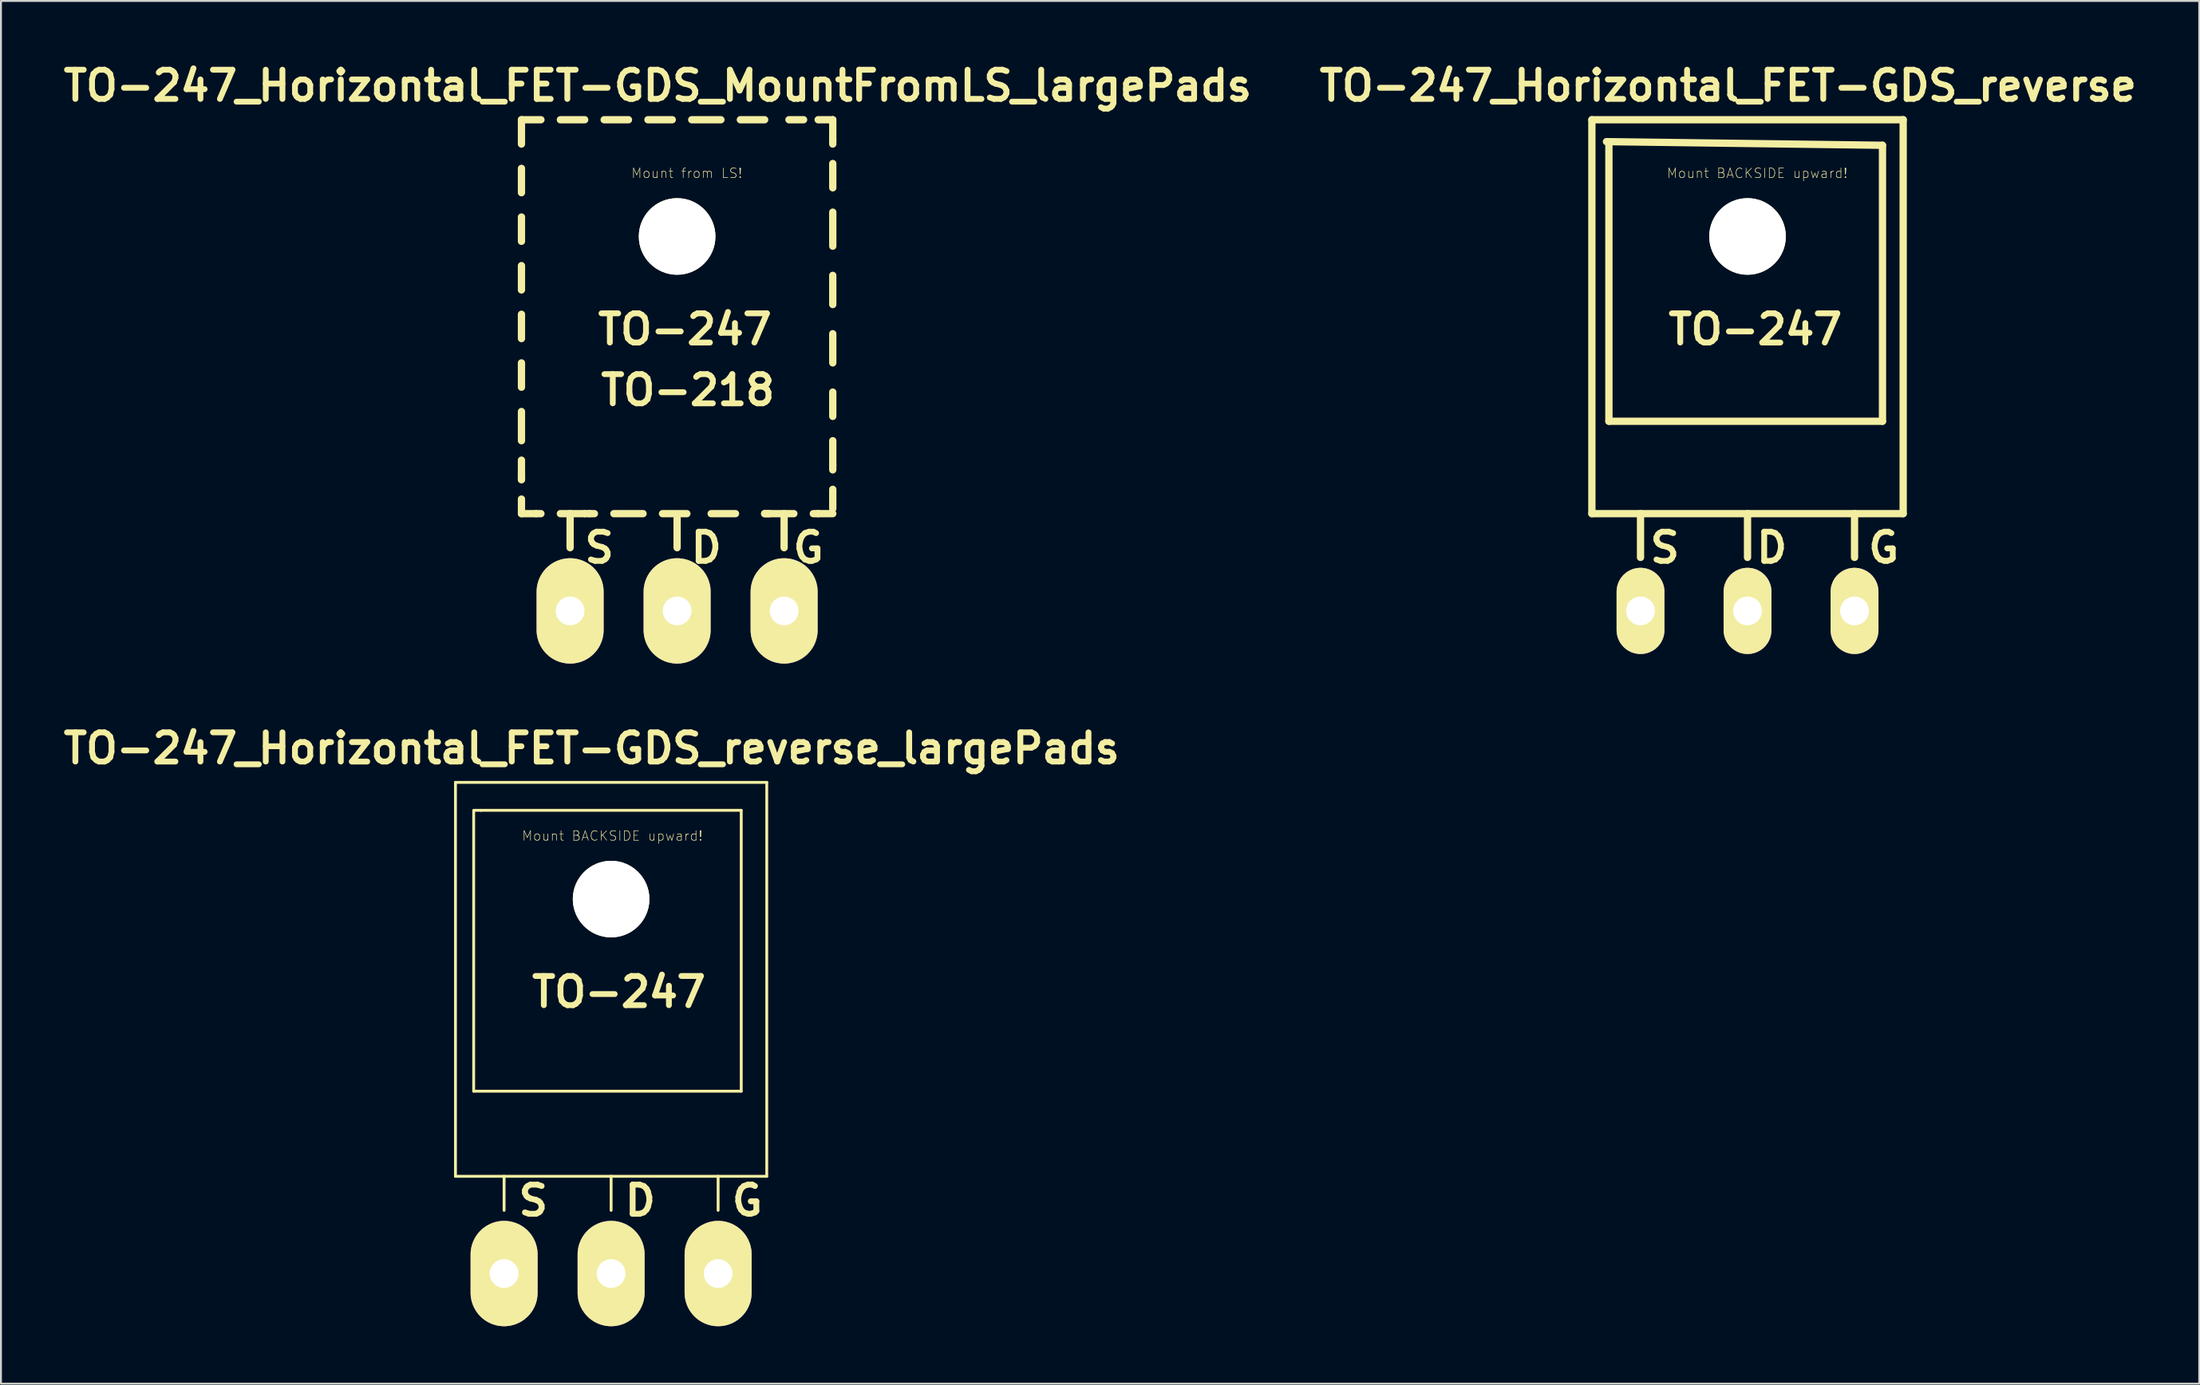
<source format=kicad_pcb>
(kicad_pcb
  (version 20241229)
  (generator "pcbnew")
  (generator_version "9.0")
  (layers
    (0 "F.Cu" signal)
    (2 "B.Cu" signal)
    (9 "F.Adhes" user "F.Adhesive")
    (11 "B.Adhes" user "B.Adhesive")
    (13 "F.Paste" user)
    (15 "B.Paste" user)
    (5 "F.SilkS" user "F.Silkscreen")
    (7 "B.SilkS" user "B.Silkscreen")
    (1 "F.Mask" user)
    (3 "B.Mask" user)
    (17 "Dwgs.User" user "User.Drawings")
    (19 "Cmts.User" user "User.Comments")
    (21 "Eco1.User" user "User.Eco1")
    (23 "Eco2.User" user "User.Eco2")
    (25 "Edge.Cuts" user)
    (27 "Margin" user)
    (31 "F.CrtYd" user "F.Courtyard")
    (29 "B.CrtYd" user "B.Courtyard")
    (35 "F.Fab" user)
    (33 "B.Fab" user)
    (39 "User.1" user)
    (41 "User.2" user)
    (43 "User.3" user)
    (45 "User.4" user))
  (footprint "TO-247_Horizontal_FET-GDS_MountFromLS_largePads"
    (layer "F.Cu")
    (at 32.309 28.858)
    (property "Reference" "TO-247_Horizontal_FET-GDS_MountFromLS_largePads" (at -1.016 -27.432 0) (layer "F.SilkS") (effects (font (size 1.524 1.524) (thickness 0.305))))
    (attr through_hole)
    (fp_line (start -8.128 -25.654) (end -8.128 -24.384) (stroke (width 0.381) (type solid)) (layer "F.SilkS"))
    (fp_line (start -8.128 -25.654) (end -7.112 -25.654) (stroke (width 0.381) (type solid)) (layer "F.SilkS"))
    (fp_line (start -8.128 -23.114) (end -8.128 -21.844) (stroke (width 0.381) (type solid)) (layer "F.SilkS"))
    (fp_line (start -8.128 -20.574) (end -8.128 -19.304) (stroke (width 0.381) (type solid)) (layer "F.SilkS"))
    (fp_line (start -8.128 -18.034) (end -8.128 -16.764) (stroke (width 0.381) (type solid)) (layer "F.SilkS"))
    (fp_line (start -8.128 -15.494) (end -8.128 -14.224) (stroke (width 0.381) (type solid)) (layer "F.SilkS"))
    (fp_line (start -8.128 -12.954) (end -8.128 -11.684) (stroke (width 0.381) (type solid)) (layer "F.SilkS"))
    (fp_line (start -8.128 -10.414) (end -8.128 -9.144) (stroke (width 0.381) (type solid)) (layer "F.SilkS"))
    (fp_line (start -8.128 -9.144) (end -8.128 -8.89) (stroke (width 0.381) (type solid)) (layer "F.SilkS"))
    (fp_line (start -8.128 -7.874) (end -8.128 -6.858) (stroke (width 0.381) (type solid)) (layer "F.SilkS"))
    (fp_line (start -8.128 -6.858) (end -8.128 -7.112) (stroke (width 0.381) (type solid)) (layer "F.SilkS"))
    (fp_line (start -8.128 -5.842) (end -8.128 -5.08) (stroke (width 0.381) (type solid)) (layer "F.SilkS"))
    (fp_line (start -8.128 -5.08) (end -7.366 -5.08) (stroke (width 0.381) (type solid)) (layer "F.SilkS"))
    (fp_line (start -7.366 -5.08) (end -7.112 -5.08) (stroke (width 0.381) (type solid)) (layer "F.SilkS"))
    (fp_line (start -6.096 -25.654) (end -4.826 -25.654) (stroke (width 0.381) (type solid)) (layer "F.SilkS"))
    (fp_line (start -6.096 -5.08) (end -4.826 -5.08) (stroke (width 0.381) (type solid)) (layer "F.SilkS"))
    (fp_line (start -5.588 -3.302) (end -5.588 -5.08) (stroke (width 0.381) (type solid)) (layer "F.SilkS"))
    (fp_line (start -4.826 -5.08) (end -4.572 -5.08) (stroke (width 0.381) (type solid)) (layer "F.SilkS"))
    (fp_line (start -4.572 -5.08) (end -4.318 -5.08) (stroke (width 0.381) (type solid)) (layer "F.SilkS"))
    (fp_line (start -3.81 -25.654) (end -2.54 -25.654) (stroke (width 0.381) (type solid)) (layer "F.SilkS"))
    (fp_line (start -3.302 -5.08) (end -1.778 -5.08) (stroke (width 0.381) (type solid)) (layer "F.SilkS"))
    (fp_line (start -1.524 -25.654) (end -0.254 -25.654) (stroke (width 0.381) (type solid)) (layer "F.SilkS"))
    (fp_line (start -0.762 -5.08) (end 0.508 -5.08) (stroke (width 0.381) (type solid)) (layer "F.SilkS"))
    (fp_line (start 0 -3.302) (end 0 -4.826) (stroke (width 0.381) (type solid)) (layer "F.SilkS"))
    (fp_line (start 0.762 -25.654) (end 2.286 -25.654) (stroke (width 0.381) (type solid)) (layer "F.SilkS"))
    (fp_line (start 1.778 -5.08) (end 3.048 -5.08) (stroke (width 0.381) (type solid)) (layer "F.SilkS"))
    (fp_line (start 3.302 -25.654) (end 4.572 -25.654) (stroke (width 0.381) (type solid)) (layer "F.SilkS"))
    (fp_line (start 4.572 -5.08) (end 4.826 -5.08) (stroke (width 0.381) (type solid)) (layer "F.SilkS"))
    (fp_line (start 5.588 -3.302) (end 5.588 -5.08) (stroke (width 0.381) (type solid)) (layer "F.SilkS"))
    (fp_line (start 5.842 -25.654) (end 6.604 -25.654) (stroke (width 0.381) (type solid)) (layer "F.SilkS"))
    (fp_line (start 6.096 -5.08) (end 4.572 -5.08) (stroke (width 0.381) (type solid)) (layer "F.SilkS"))
    (fp_line (start 7.366 -25.654) (end 8.128 -25.654) (stroke (width 0.381) (type solid)) (layer "F.SilkS"))
    (fp_line (start 7.366 -5.08) (end 7.112 -5.08) (stroke (width 0.381) (type solid)) (layer "F.SilkS"))
    (fp_line (start 8.128 -25.654) (end 8.128 -24.638) (stroke (width 0.381) (type solid)) (layer "F.SilkS"))
    (fp_line (start 8.128 -24.638) (end 8.128 -24.384) (stroke (width 0.381) (type solid)) (layer "F.SilkS"))
    (fp_line (start 8.128 -23.368) (end 8.128 -22.098) (stroke (width 0.381) (type solid)) (layer "F.SilkS"))
    (fp_line (start 8.128 -20.828) (end 8.128 -19.05) (stroke (width 0.381) (type solid)) (layer "F.SilkS"))
    (fp_line (start 8.128 -17.526) (end 8.128 -16.002) (stroke (width 0.381) (type solid)) (layer "F.SilkS"))
    (fp_line (start 8.128 -14.478) (end 8.128 -12.954) (stroke (width 0.381) (type solid)) (layer "F.SilkS"))
    (fp_line (start 8.128 -11.43) (end 8.128 -10.16) (stroke (width 0.381) (type solid)) (layer "F.SilkS"))
    (fp_line (start 8.128 -8.89) (end 8.128 -7.62) (stroke (width 0.381) (type solid)) (layer "F.SilkS"))
    (fp_line (start 8.128 -7.62) (end 8.128 -7.366) (stroke (width 0.381) (type solid)) (layer "F.SilkS"))
    (fp_line (start 8.128 -6.35) (end 8.128 -5.334) (stroke (width 0.381) (type solid)) (layer "F.SilkS"))
    (fp_line (start 8.128 -5.08) (end 7.366 -5.08) (stroke (width 0.381) (type solid)) (layer "F.SilkS"))
    (fp_circle (center 0 -19.558) (end 1.778 -19.558) (stroke (width 0.381) (type solid)) (fill no) (layer "F.SilkS"))
    (fp_text user "TO-247" (at 0.406 -14.707 0) (layer "F.SilkS") (effects (font (size 1.524 1.524) (thickness 0.305))))
    (fp_text user "TO-218" (at 0.559 -11.532 0) (layer "F.SilkS") (effects (font (size 1.524 1.524) (thickness 0.305))))
    (fp_text user "S" (at -4.064 -3.302 0) (layer "F.SilkS") (effects (font (size 1.524 1.524) (thickness 0.305))))
    (fp_text user "G" (at 6.858 -3.302 0) (layer "F.SilkS") (effects (font (size 1.524 1.524) (thickness 0.305))))
    (fp_text user "D" (at 1.524 -3.302 0) (layer "F.SilkS") (effects (font (size 1.524 1.524) (thickness 0.305))))
    (fp_text user "Mount from LS!" (at 0.508 -22.86 0) (layer "F.SilkS") (effects (font (size 0.5 0.5) (thickness 0.03))))
    (pad "" np_thru_hole circle (at 0 -19.558) (size 4 4) (drill 4) (layers "*.Cu" "*.Mask" "F.SilkS"))
    (pad "D" thru_hole oval (at 0 0 90) (size 5.502 3.5) (drill 1.501) (layers "*.Cu" "*.Mask" "F.SilkS"))
    (pad "G" thru_hole oval (at 5.588 0 90) (size 5.502 3.5) (drill 1.501) (layers "*.Cu" "*.Mask" "F.SilkS"))
    (pad "S" thru_hole oval (at -5.588 0 90) (size 5.502 3.5) (drill 1.501) (layers "*.Cu" "*.Mask" "F.SilkS")))
  (footprint "TO-247_Horizontal_FET-GDS_reverse"
    (layer "F.Cu")
    (at 88.206 28.858)
    (property "Reference" "TO-247_Horizontal_FET-GDS_reverse" (at -1.016 -27.432 0) (layer "F.SilkS") (effects (font (size 1.524 1.524) (thickness 0.305))))
    (attr through_hole)
    (fp_line (start -8.128 -25.654) (end -8.128 -5.08) (stroke (width 0.381) (type solid)) (layer "F.SilkS"))
    (fp_line (start -8.128 -5.08) (end 8.128 -5.08) (stroke (width 0.381) (type solid)) (layer "F.SilkS"))
    (fp_line (start -7.366 -24.511) (end 7.048 -24.32) (stroke (width 0.381) (type solid)) (layer "F.SilkS"))
    (fp_line (start -7.239 -9.906) (end -7.239 -24.32) (stroke (width 0.381) (type solid)) (layer "F.SilkS"))
    (fp_line (start -5.588 -2.794) (end -5.588 -5.08) (stroke (width 0.381) (type solid)) (layer "F.SilkS"))
    (fp_line (start 0 -2.794) (end 0 -5.08) (stroke (width 0.381) (type solid)) (layer "F.SilkS"))
    (fp_line (start 5.588 -2.794) (end 5.588 -5.08) (stroke (width 0.381) (type solid)) (layer "F.SilkS"))
    (fp_line (start 7.048 -24.32) (end 7.048 -9.906) (stroke (width 0.381) (type solid)) (layer "F.SilkS"))
    (fp_line (start 7.048 -9.906) (end -7.239 -9.906) (stroke (width 0.381) (type solid)) (layer "F.SilkS"))
    (fp_line (start 8.128 -25.654) (end -8.128 -25.654) (stroke (width 0.381) (type solid)) (layer "F.SilkS"))
    (fp_line (start 8.128 -25.654) (end 8.128 -5.08) (stroke (width 0.381) (type solid)) (layer "F.SilkS"))
    (fp_circle (center 0 -19.558) (end 1.778 -19.558) (stroke (width 0.381) (type solid)) (fill no) (layer "F.SilkS"))
    (fp_text user "D" (at 1.27 -3.302 0) (layer "F.SilkS") (effects (font (size 1.524 1.524) (thickness 0.305))))
    (fp_text user "Mount BACKSIDE upward!" (at 0.508 -22.86 0) (layer "F.SilkS") (effects (font (size 0.5 0.5) (thickness 0.03))))
    (fp_text user "S" (at -4.318 -3.302 0) (layer "F.SilkS") (effects (font (size 1.524 1.524) (thickness 0.305))))
    (fp_text user "G" (at 7.112 -3.302 0) (layer "F.SilkS") (effects (font (size 1.524 1.524) (thickness 0.305))))
    (fp_text user "TO-247" (at 0.406 -14.707 0) (layer "F.SilkS") (effects (font (size 1.524 1.524) (thickness 0.305))))
    (pad "" np_thru_hole circle (at 0 -19.558) (size 4 4) (drill 4) (layers "*.Cu" "*.Mask" "F.SilkS"))
    (pad "D" thru_hole oval (at 0 0 90) (size 4.501 2.499) (drill 1.501) (layers "*.Cu" "*.Mask" "F.SilkS"))
    (pad "G" thru_hole oval (at 5.588 0 90) (size 4.501 2.499) (drill 1.501) (layers "*.Cu" "*.Mask" "F.SilkS"))
    (pad "S" thru_hole oval (at -5.588 0 90) (size 4.501 2.499) (drill 1.501) (layers "*.Cu" "*.Mask" "F.SilkS")))
  (footprint "TO-247_Horizontal_FET-GDS_reverse_largePads"
    (layer "F.Cu")
    (at 28.862 63.468)
    (property "Reference" "TO-247_Horizontal_FET-GDS_reverse_largePads" (at -1.016 -27.432 0) (layer "F.SilkS") (effects (font (size 1.524 1.524) (thickness 0.305))))
    (attr through_hole)
    (fp_line (start -8.128 -25.654) (end -8.128 -5.08) (stroke (width 0.15) (type solid)) (layer "F.SilkS"))
    (fp_line (start -8.128 -5.08) (end 8.128 -5.08) (stroke (width 0.15) (type solid)) (layer "F.SilkS"))
    (fp_line (start -7.176 -9.525) (end -7.176 -24.13) (stroke (width 0.15) (type solid)) (layer "F.SilkS"))
    (fp_line (start -6.795 -24.194) (end -7.176 -24.194) (stroke (width 0.15) (type solid)) (layer "F.SilkS"))
    (fp_line (start -6.795 -24.194) (end 6.795 -24.194) (stroke (width 0.15) (type solid)) (layer "F.SilkS"))
    (fp_line (start -5.588 -3.302) (end -5.588 -5.08) (stroke (width 0.15) (type solid)) (layer "F.SilkS"))
    (fp_line (start 0 -5.08) (end 0 -3.302) (stroke (width 0.15) (type solid)) (layer "F.SilkS"))
    (fp_line (start 5.588 -5.08) (end 5.588 -3.302) (stroke (width 0.15) (type solid)) (layer "F.SilkS"))
    (fp_line (start 6.795 -24.194) (end 6.795 -9.525) (stroke (width 0.15) (type solid)) (layer "F.SilkS"))
    (fp_line (start 6.795 -9.525) (end -7.176 -9.525) (stroke (width 0.15) (type solid)) (layer "F.SilkS"))
    (fp_line (start 8.128 -25.654) (end -8.128 -25.654) (stroke (width 0.15) (type solid)) (layer "F.SilkS"))
    (fp_line (start 8.128 -25.654) (end 8.128 -5.08) (stroke (width 0.15) (type solid)) (layer "F.SilkS"))
    (fp_circle (center 0 -19.558) (end 1.778 -19.558) (stroke (width 0.15) (type solid)) (fill no) (layer "F.SilkS"))
    (fp_text user "TO-247" (at 0.406 -14.707 0) (layer "F.SilkS") (effects (font (size 1.524 1.524) (thickness 0.305))))
    (fp_text user "Mount BACKSIDE upward!" (at 0.064 -22.86 0) (layer "F.SilkS") (effects (font (size 0.5 0.5) (thickness 0.03))))
    (fp_text user "G" (at 7.112 -3.81 0) (layer "F.SilkS") (effects (font (size 1.524 1.524) (thickness 0.305))))
    (fp_text user "D" (at 1.524 -3.81 0) (layer "F.SilkS") (effects (font (size 1.524 1.524) (thickness 0.305))))
    (fp_text user "S" (at -4.064 -3.81 0) (layer "F.SilkS") (effects (font (size 1.524 1.524) (thickness 0.305))))
    (pad "" np_thru_hole circle (at 0 -19.558) (size 4 4) (drill 4) (layers "*.Cu" "*.Mask" "F.SilkS"))
    (pad "D" thru_hole oval (at 0 0 90) (size 5.502 3.498) (drill 1.501) (layers "*.Cu" "*.Mask" "F.SilkS"))
    (pad "G" thru_hole oval (at 5.588 0 90) (size 5.502 3.5) (drill 1.501) (layers "*.Cu" "*.Mask" "F.SilkS"))
    (pad "S" thru_hole oval (at -5.588 0 90) (size 5.502 3.5) (drill 1.501) (layers "*.Cu" "*.Mask" "F.SilkS")))
  (gr_rect
    (start -3 -3)
    (end 111.795 69.219)
    (stroke (width 0.1) (type default))
    (fill no)
    (layer "Edge.Cuts")))
</source>
